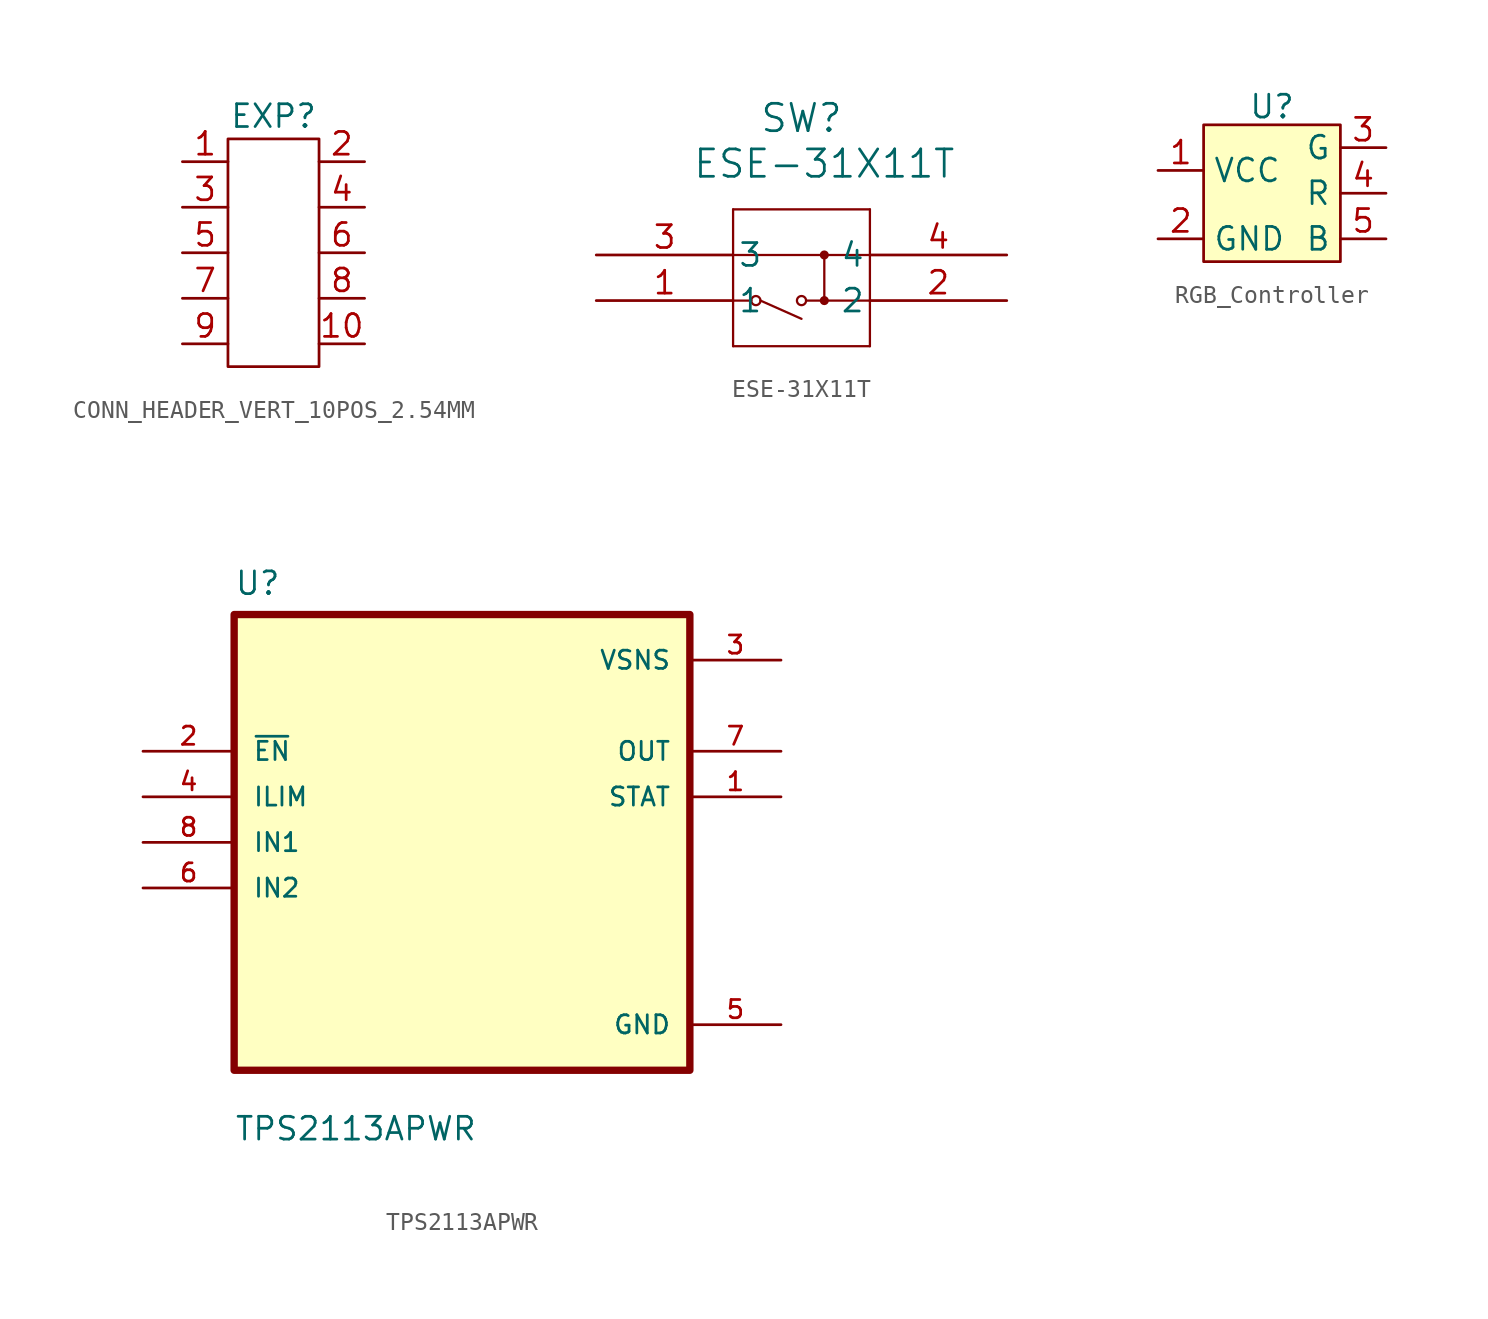
<source format=kicad_sym>
(kicad_symbol_lib
  (version 20241209)
  (generator "kicad_symbol_editor")
  (generator_version "9.0")
  (symbol "CONN_HEADER_VERT_10POS_2.54MM"
    (property "Reference" "EXP"
      (at 0 0 0)
      (effects (font (size 1.27 1.27))))
    (property "Value" ""
      (at 0 0 0)
      (effects (font (size 1.27 1.27))))
    (symbol "CONN_HEADER_VERT_10POS_2.54MM_0_0"
      (pin unspecified line (at -5.08 -2.54 0) (length 2.54) (name "" (effects (font (size 1.27 1.27)))) (number "1" (effects (font (size 1.27 1.27)))))
      (pin unspecified line (at -5.08 -5.08 0) (length 2.54) (name "" (effects (font (size 1.27 1.27)))) (number "3" (effects (font (size 1.27 1.27)))))
      (pin unspecified line (at -5.08 -7.62 0) (length 2.54) (name "" (effects (font (size 1.27 1.27)))) (number "5" (effects (font (size 1.27 1.27)))))
      (pin unspecified line (at -5.08 -10.16 0) (length 2.54) (name "" (effects (font (size 1.27 1.27)))) (number "7" (effects (font (size 1.27 1.27)))))
      (pin unspecified line (at -5.08 -12.7 0) (length 2.54) (name "" (effects (font (size 1.27 1.27)))) (number "9" (effects (font (size 1.27 1.27)))))
      (pin unspecified line (at 5.08 -2.54 180) (length 2.54) (name "" (effects (font (size 1.27 1.27)))) (number "2" (effects (font (size 1.27 1.27)))))
      (pin unspecified line (at 5.08 -5.08 180) (length 2.54) (name "" (effects (font (size 1.27 1.27)))) (number "4" (effects (font (size 1.27 1.27)))))
      (pin unspecified line (at 5.08 -7.62 180) (length 2.54) (name "" (effects (font (size 1.27 1.27)))) (number "6" (effects (font (size 1.27 1.27)))))
      (pin unspecified line (at 5.08 -10.16 180) (length 2.54) (name "" (effects (font (size 1.27 1.27)))) (number "8" (effects (font (size 1.27 1.27)))))
      (pin unspecified line (at 5.08 -12.7 180) (length 2.54) (name "" (effects (font (size 1.27 1.27)))) (number "10" (effects (font (size 1.27 1.27))))))
    (symbol "CONN_HEADER_VERT_10POS_2.54MM_0_1"
      (rectangle (start -2.54 -1.27) (end 2.54 -13.97) (stroke (width 0) (type default)) (fill (type none)))))
  (symbol "ESE-31X11T"
    (pin_names
      (offset 0.254))
    (property "Reference" "SW"
      (at 11.43 7.62 0)
      (effects (font (size 1.524 1.524))))
    (property "Value" "ESE-31X11T"
      (at 12.7 5.08 0)
      (effects (font (size 1.524 1.524))))
    (symbol "ESE-31X11T_0_1"
      (polyline (pts (xy 7.62 2.54) (xy 7.62 -5.08)) (stroke (width 0.127) (type default)) (fill (type none)))
      (polyline (pts (xy 7.62 -5.08) (xy 15.24 -5.08)) (stroke (width 0.127) (type default)) (fill (type none)))
      (polyline (pts (xy 8.636 -2.54) (xy 7.62 -2.54)) (stroke (width 0.127) (type default)) (fill (type none)))
      (circle (center 8.89 -2.54) (radius 0.254) (stroke (width 0.127) (type default)) (fill (type none)))
      (circle (center 11.43 -2.54) (radius 0.254) (stroke (width 0.127) (type default)) (fill (type none)))
      (polyline (pts (xy 11.43 -3.556) (xy 9.144 -2.54)) (stroke (width 0.127) (type default)) (fill (type none)))
      (polyline (pts (xy 12.7 0) (xy 12.7 -2.54)) (stroke (width 0.127) (type default)) (fill (type none)))
      (circle (center 12.7 0) (radius 0.127) (stroke (width 0.254) (type default)) (fill (type none)))
      (circle (center 12.7 -2.54) (radius 0.127) (stroke (width 0.254) (type default)) (fill (type none)))
      (polyline (pts (xy 15.24 2.54) (xy 7.62 2.54)) (stroke (width 0.127) (type default)) (fill (type none)))
      (polyline (pts (xy 15.24 0) (xy 7.62 0)) (stroke (width 0.127) (type default)) (fill (type none)))
      (polyline (pts (xy 15.24 -2.54) (xy 11.684 -2.54)) (stroke (width 0.127) (type default)) (fill (type none)))
      (polyline (pts (xy 15.24 -5.08) (xy 15.24 2.54)) (stroke (width 0.127) (type default)) (fill (type none))))
    (symbol "ESE-31X11T_1_1"
      (pin power_out line (at 0 0 0) (length 7.62) (name "3" (effects (font (size 1.27 1.27)))) (number "3" (effects (font (size 1.27 1.27)))))
      (pin power_in line (at 0 -2.54 0) (length 7.62) (name "1" (effects (font (size 1.27 1.27)))) (number "1" (effects (font (size 1.27 1.27)))))
      (pin power_out line (at 22.86 0 180) (length 7.62) (name "4" (effects (font (size 1.27 1.27)))) (number "4" (effects (font (size 1.27 1.27)))))
      (pin power_out line (at 22.86 -2.54 180) (length 7.62) (name "2" (effects (font (size 1.27 1.27)))) (number "2" (effects (font (size 1.27 1.27)))))))
  (symbol "RGB_Controller"
    (property "Reference" "U"
      (at 0 4.826 0)
      (effects (font (size 1.27 1.27))))
    (property "Value" ""
      (at 0 0 0)
      (effects (font (size 1.27 1.27))))
    (symbol "RGB_Controller_0_0"
      (pin power_in line (at -6.35 1.27 0) (length 2.54) (name "VCC" (effects (font (size 1.27 1.27)))) (number "1" (effects (font (size 1.27 1.27)))))
      (pin power_in line (at -6.35 -2.54 0) (length 2.54) (name "GND" (effects (font (size 1.27 1.27)))) (number "2" (effects (font (size 1.27 1.27)))))
      (pin input line (at 6.35 2.54 180) (length 2.54) (name "G" (effects (font (size 1.27 1.27)))) (number "3" (effects (font (size 1.27 1.27)))))
      (pin input line (at 6.35 0 180) (length 2.54) (name "R" (effects (font (size 1.27 1.27)))) (number "4" (effects (font (size 1.27 1.27)))))
      (pin input line (at 6.35 -2.54 180) (length 2.54) (name "B" (effects (font (size 1.27 1.27)))) (number "5" (effects (font (size 1.27 1.27))))))
    (symbol "RGB_Controller_1_1"
      (rectangle (start -3.81 3.81) (end 3.81 -3.81) (stroke (width 0) (type solid)) (fill (type background)))))
  (symbol "TPS2113APWR"
    (pin_names
      (offset 1.016))
    (property "Reference" "U"
      (at -12.7 13.7 0)
      (effects (font (size 1.27 1.27)) (justify left bottom)))
    (property "Value" "TPS2113APWR"
      (at -12.7 -16.7 0)
      (effects (font (size 1.27 1.27)) (justify left bottom)))
    (symbol "TPS2113APWR_0_0"
      (rectangle (start -12.7 -12.7) (end 12.7 12.7) (stroke (width 0.41) (type default)) (fill (type background)))
      (pin input line (at -17.78 5.08 0) (length 5.08) (name "~{EN}" (effects (font (size 1.016 1.016)))) (number "2" (effects (font (size 1.016 1.016)))))
      (pin input line (at -17.78 2.54 0) (length 5.08) (name "ILIM" (effects (font (size 1.016 1.016)))) (number "4" (effects (font (size 1.016 1.016)))))
      (pin input line (at -17.78 0 0) (length 5.08) (name "IN1" (effects (font (size 1.016 1.016)))) (number "8" (effects (font (size 1.016 1.016)))))
      (pin input line (at -17.78 -2.54 0) (length 5.08) (name "IN2" (effects (font (size 1.016 1.016)))) (number "6" (effects (font (size 1.016 1.016)))))
      (pin power_in line (at 17.78 10.16 180) (length 5.08) (name "VSNS" (effects (font (size 1.016 1.016)))) (number "3" (effects (font (size 1.016 1.016)))))
      (pin output line (at 17.78 5.08 180) (length 5.08) (name "OUT" (effects (font (size 1.016 1.016)))) (number "7" (effects (font (size 1.016 1.016)))))
      (pin output line (at 17.78 2.54 180) (length 5.08) (name "STAT" (effects (font (size 1.016 1.016)))) (number "1" (effects (font (size 1.016 1.016)))))
      (pin power_in line (at 17.78 -10.16 180) (length 5.08) (name "GND" (effects (font (size 1.016 1.016)))) (number "5" (effects (font (size 1.016 1.016))))))))
</source>
